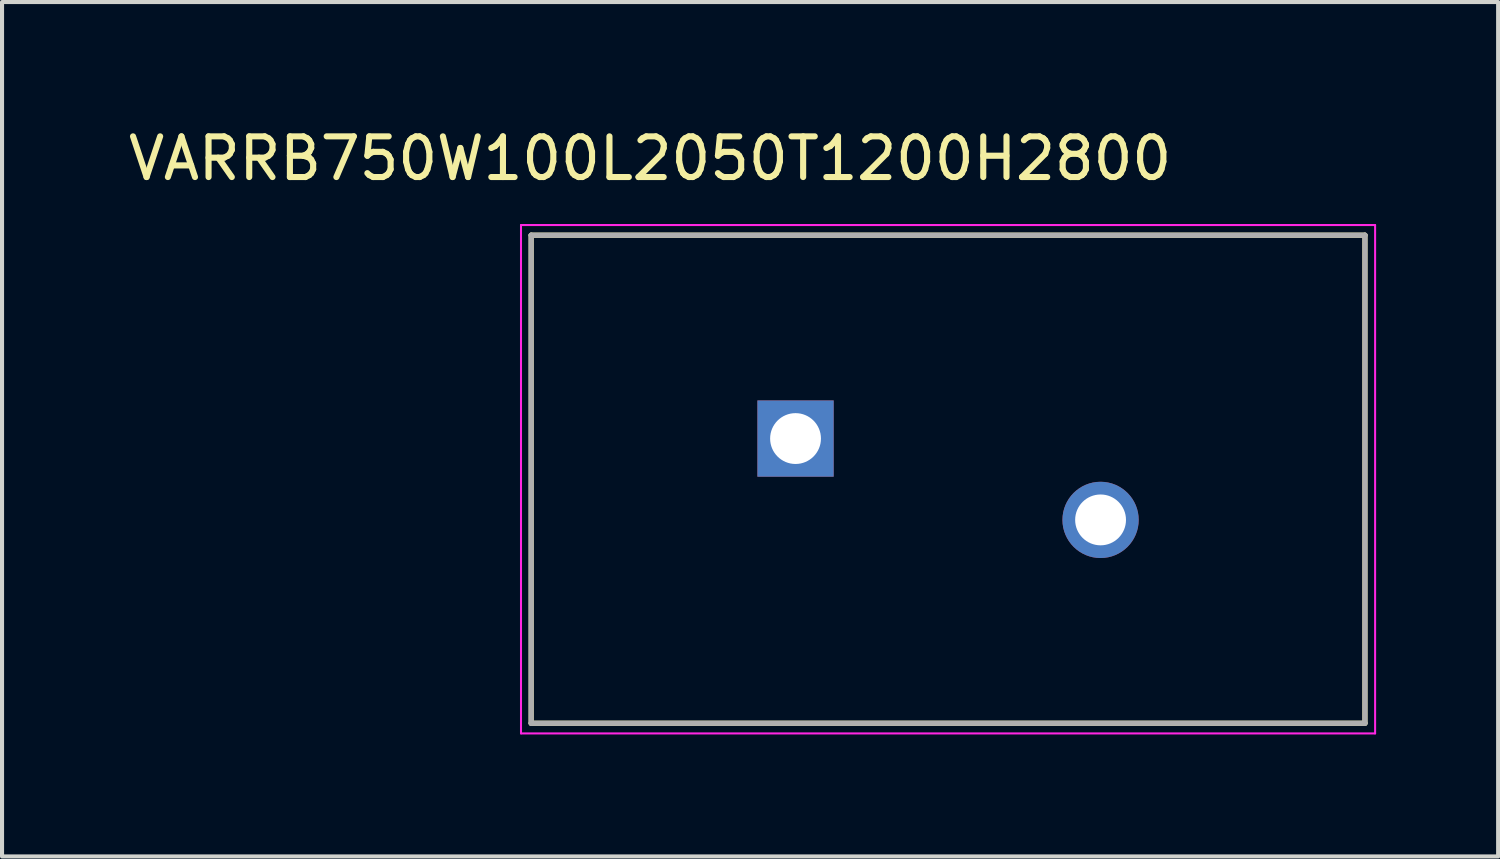
<source format=kicad_pcb>
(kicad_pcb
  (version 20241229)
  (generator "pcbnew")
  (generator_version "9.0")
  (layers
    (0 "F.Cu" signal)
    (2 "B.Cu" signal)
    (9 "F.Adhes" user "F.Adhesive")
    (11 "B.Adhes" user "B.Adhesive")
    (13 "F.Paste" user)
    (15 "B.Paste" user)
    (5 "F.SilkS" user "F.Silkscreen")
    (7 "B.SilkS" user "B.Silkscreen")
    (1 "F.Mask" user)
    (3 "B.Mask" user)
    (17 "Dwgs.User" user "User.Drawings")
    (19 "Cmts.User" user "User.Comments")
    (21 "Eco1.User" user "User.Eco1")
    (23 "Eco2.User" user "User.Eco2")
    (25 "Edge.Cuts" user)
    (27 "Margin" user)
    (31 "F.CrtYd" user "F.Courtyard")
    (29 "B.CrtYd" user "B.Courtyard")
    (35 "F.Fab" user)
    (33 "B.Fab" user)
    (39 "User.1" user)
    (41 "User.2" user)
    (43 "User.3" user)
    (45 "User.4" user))
  (footprint "VARRB750W100L2050T1200H2800"
    (layer "F.Cu")
    (at 20.26 8.733)
    (property "Reference" "VARRB750W100L2050T1200H2800" (at -7.325 -7.885 0) (layer "F.SilkS") (effects (font (size 1 1) (thickness 0.15))))
    (attr through_hole)
    (fp_line (start -10.25 -6) (end 10.25 -6) (stroke (width 0.127) (type solid)) (layer "F.SilkS"))
    (fp_line (start -10.25 6) (end -10.25 -6) (stroke (width 0.127) (type solid)) (layer "F.SilkS"))
    (fp_line (start 10.25 -6) (end 10.25 6) (stroke (width 0.127) (type solid)) (layer "F.SilkS"))
    (fp_line (start 10.25 6) (end -10.25 6) (stroke (width 0.127) (type solid)) (layer "F.SilkS"))
    (fp_line (start -10.5 -6.25) (end -10.5 6.25) (stroke (width 0.05) (type solid)) (layer "F.CrtYd"))
    (fp_line (start -10.5 6.25) (end 10.5 6.25) (stroke (width 0.05) (type solid)) (layer "F.CrtYd"))
    (fp_line (start 10.5 -6.25) (end -10.5 -6.25) (stroke (width 0.05) (type solid)) (layer "F.CrtYd"))
    (fp_line (start 10.5 6.25) (end 10.5 -6.25) (stroke (width 0.05) (type solid)) (layer "F.CrtYd"))
    (fp_line (start -10.25 -6) (end 10.25 -6) (stroke (width 0.127) (type solid)) (layer "F.Fab"))
    (fp_line (start -10.25 6) (end -10.25 -6) (stroke (width 0.127) (type solid)) (layer "F.Fab"))
    (fp_line (start 10.25 -6) (end 10.25 6) (stroke (width 0.127) (type solid)) (layer "F.Fab"))
    (fp_line (start 10.25 6) (end -10.25 6) (stroke (width 0.127) (type solid)) (layer "F.Fab"))
    (pad "1" thru_hole rect (at -3.75 -1) (size 1.875 1.875) (drill 1.25) (layers "*.Cu" "*.Mask"))
    (pad "2" thru_hole circle (at 3.75 1) (size 1.875 1.875) (drill 1.25) (layers "*.Cu" "*.Mask")))
  (gr_rect
    (start -3 -3)
    (end 33.785 18.008)
    (stroke (width 0.1) (type default))
    (fill no)
    (layer "Edge.Cuts")))
</source>
